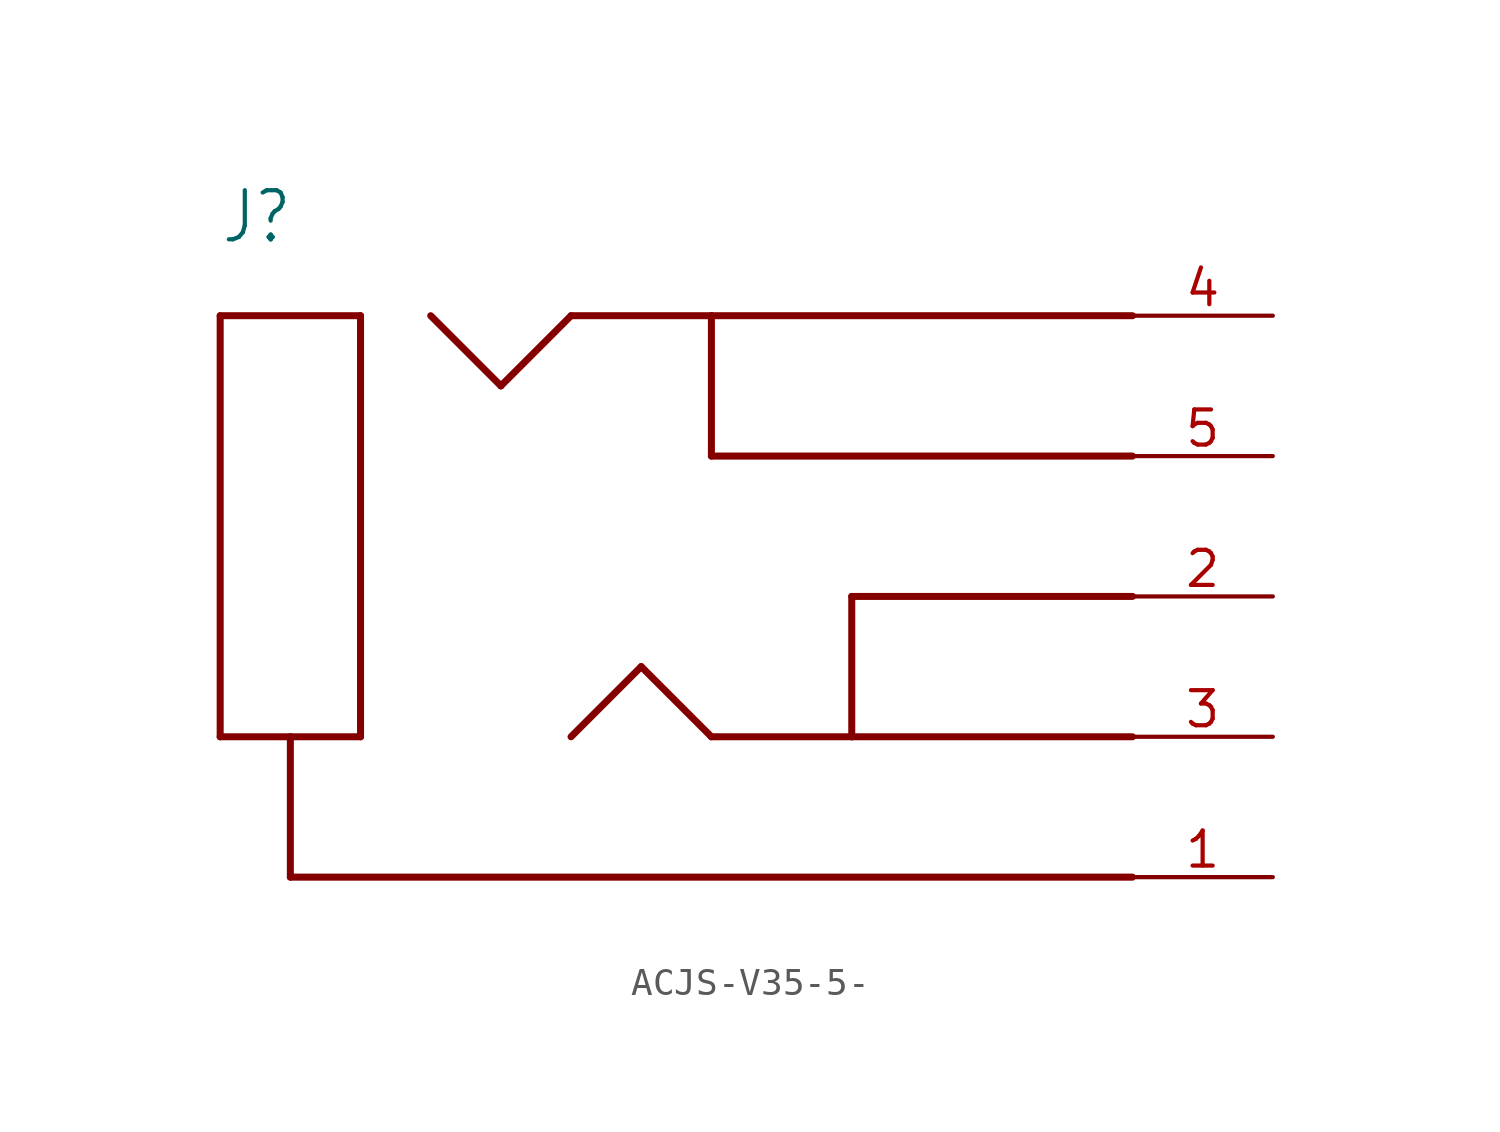
<source format=kicad_sym>
(kicad_symbol_lib
  (version 20231120)
  (generator "kicad_symbol_editor")
  (generator_version "8.0")
  (symbol "ACJS-V35-5-"
    (property "Reference" "J"
      (at -12.7 12.7 0)
      (effects (font (size 1.778 1.511)) (justify left bottom)))
    (property "Value" ""
      (at 10.16 12.7 0)
      (effects (font (size 1.778 1.511)) (justify left bottom)))
    (property "ki_locked" ""
      (at 0 0 0)
      (effects (font (size 1.27 1.27))))
    (symbol "ACJS-V35-5-_1_0"
      (polyline (pts (xy -12.7 -5.08) (xy -10.16 -5.08)) (stroke (width 0.254) (type solid)) (fill (type none)))
      (polyline (pts (xy -12.7 10.16) (xy -12.7 -5.08)) (stroke (width 0.254) (type solid)) (fill (type none)))
      (polyline (pts (xy -10.16 -10.16) (xy -10.16 -5.08)) (stroke (width 0.254) (type solid)) (fill (type none)))
      (polyline (pts (xy -10.16 -5.08) (xy -7.62 -5.08)) (stroke (width 0.254) (type solid)) (fill (type none)))
      (polyline (pts (xy -7.62 -5.08) (xy -7.62 10.16)) (stroke (width 0.254) (type solid)) (fill (type none)))
      (polyline (pts (xy -7.62 10.16) (xy -12.7 10.16)) (stroke (width 0.254) (type solid)) (fill (type none)))
      (polyline (pts (xy -2.54 7.62) (xy -5.08 10.16)) (stroke (width 0.254) (type solid)) (fill (type none)))
      (polyline (pts (xy 0 10.16) (xy -2.54 7.62)) (stroke (width 0.254) (type solid)) (fill (type none)))
      (polyline (pts (xy 2.54 -2.54) (xy 0 -5.08)) (stroke (width 0.254) (type solid)) (fill (type none)))
      (polyline (pts (xy 5.08 -5.08) (xy 2.54 -2.54)) (stroke (width 0.254) (type solid)) (fill (type none)))
      (polyline (pts (xy 5.08 5.08) (xy 5.08 10.16)) (stroke (width 0.254) (type solid)) (fill (type none)))
      (polyline (pts (xy 5.08 10.16) (xy 0 10.16)) (stroke (width 0.254) (type solid)) (fill (type none)))
      (polyline (pts (xy 10.16 -5.08) (xy 5.08 -5.08)) (stroke (width 0.254) (type solid)) (fill (type none)))
      (polyline (pts (xy 10.16 0) (xy 10.16 -5.08)) (stroke (width 0.254) (type solid)) (fill (type none)))
      (polyline (pts (xy 20.32 -10.16) (xy -10.16 -10.16)) (stroke (width 0.254) (type solid)) (fill (type none)))
      (polyline (pts (xy 20.32 -5.08) (xy 10.16 -5.08)) (stroke (width 0.254) (type solid)) (fill (type none)))
      (polyline (pts (xy 20.32 0) (xy 10.16 0)) (stroke (width 0.254) (type solid)) (fill (type none)))
      (polyline (pts (xy 20.32 5.08) (xy 5.08 5.08)) (stroke (width 0.254) (type solid)) (fill (type none)))
      (polyline (pts (xy 20.32 10.16) (xy 5.08 10.16)) (stroke (width 0.254) (type solid)) (fill (type none)))
      (pin bidirectional line (at 25.4 -10.16 180) (length 5.08) (name "S" (effects (font (size 0 0)))) (number "1" (effects (font (size 1.27 1.27)))))
      (pin bidirectional line (at 25.4 0 180) (length 5.08) (name "T-RETURN" (effects (font (size 0 0)))) (number "2" (effects (font (size 1.27 1.27)))))
      (pin bidirectional line (at 25.4 -5.08 180) (length 5.08) (name "T" (effects (font (size 0 0)))) (number "3" (effects (font (size 1.27 1.27)))))
      (pin bidirectional line (at 25.4 10.16 180) (length 5.08) (name "R" (effects (font (size 0 0)))) (number "4" (effects (font (size 1.27 1.27)))))
      (pin bidirectional line (at 25.4 5.08 180) (length 5.08) (name "R-RETURN" (effects (font (size 0 0)))) (number "5" (effects (font (size 1.27 1.27))))))))
</source>
